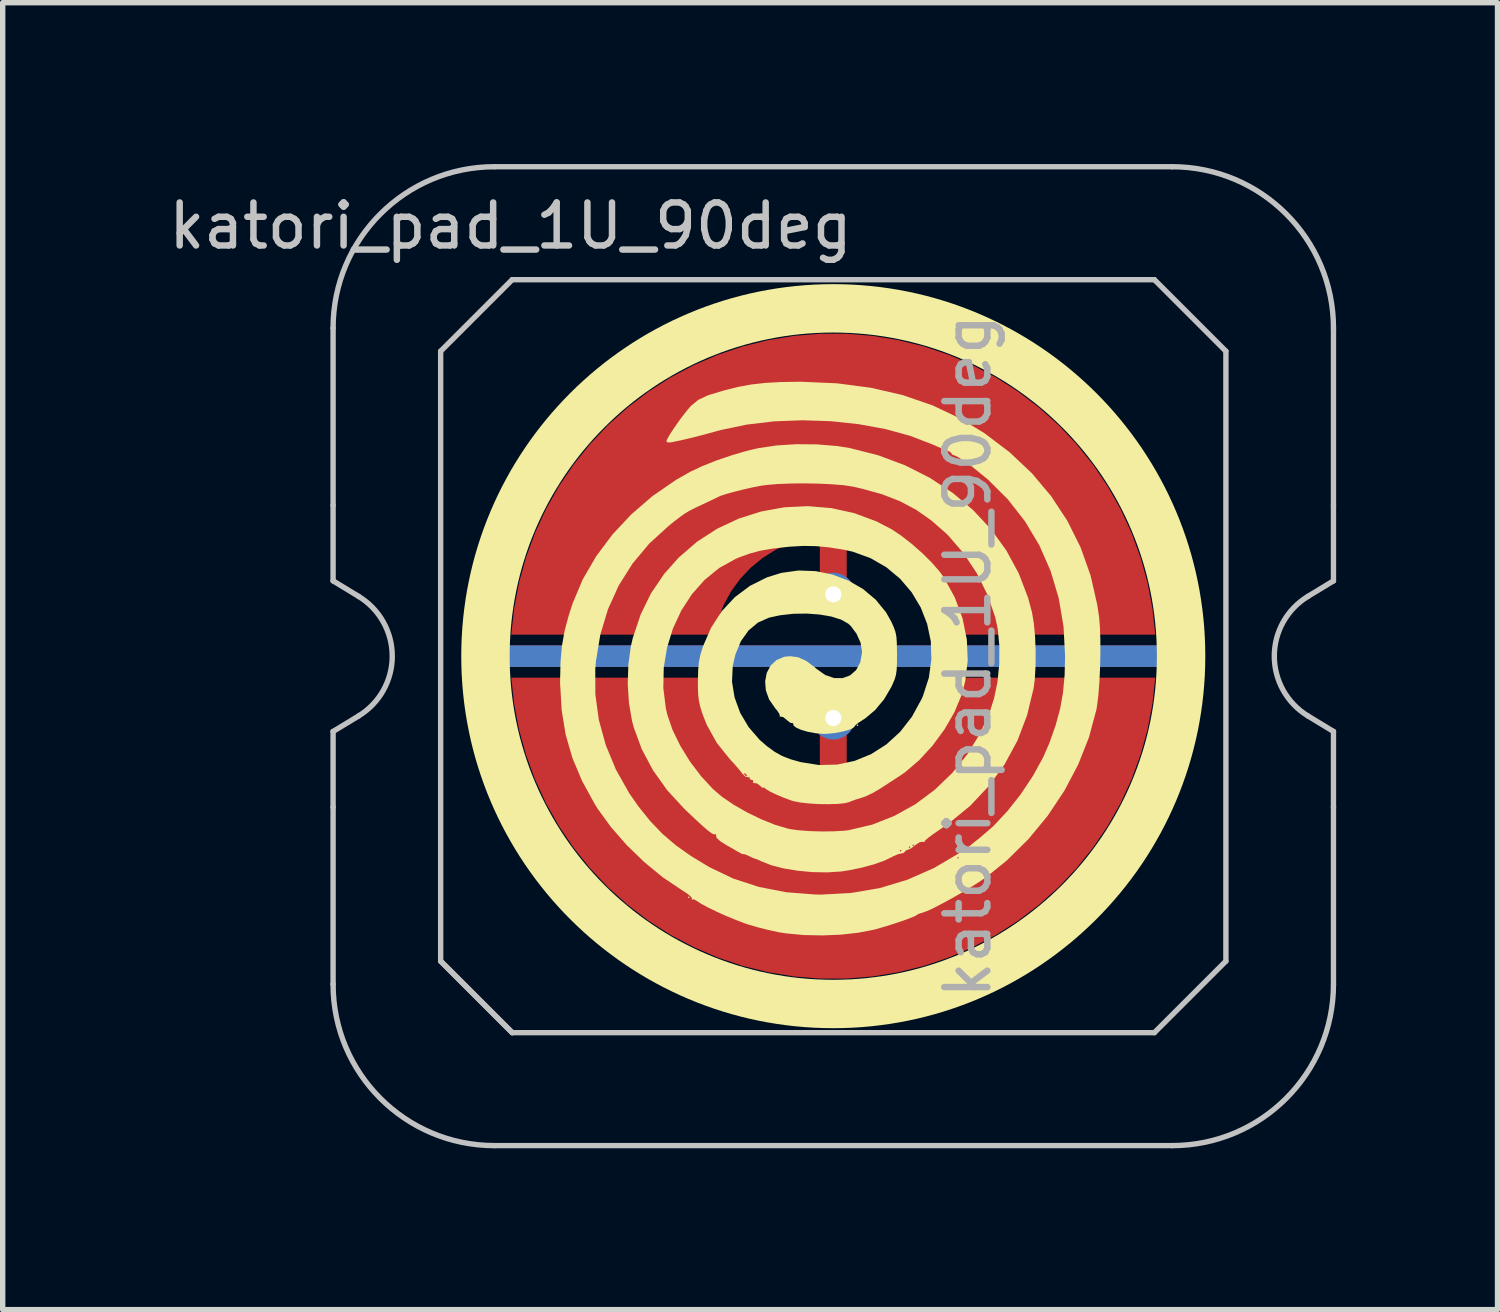
<source format=kicad_pcb>
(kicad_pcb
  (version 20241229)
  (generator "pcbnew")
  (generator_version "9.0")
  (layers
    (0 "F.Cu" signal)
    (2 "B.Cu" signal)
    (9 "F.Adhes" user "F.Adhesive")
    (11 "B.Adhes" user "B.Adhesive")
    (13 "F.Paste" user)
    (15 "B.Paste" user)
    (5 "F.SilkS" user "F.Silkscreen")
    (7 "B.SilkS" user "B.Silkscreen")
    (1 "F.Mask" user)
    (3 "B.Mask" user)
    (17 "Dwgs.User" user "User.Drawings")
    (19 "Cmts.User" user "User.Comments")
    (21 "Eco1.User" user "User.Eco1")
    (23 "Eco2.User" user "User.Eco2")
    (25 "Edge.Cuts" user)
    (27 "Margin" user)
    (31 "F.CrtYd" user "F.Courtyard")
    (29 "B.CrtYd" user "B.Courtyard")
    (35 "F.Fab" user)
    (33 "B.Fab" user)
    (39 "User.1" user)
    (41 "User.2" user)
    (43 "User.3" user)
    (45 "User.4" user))
  (footprint "katori_pad_1U_90deg"
    (layer "F.Cu")
    (at 12.443 9.15)
    (property "Reference" "katori_pad_1U_90deg" (at -6 -8 0) (layer "Dwgs.User") (effects (font (size 0.8 0.8) (thickness 0.12))))
    (attr smd)
    (fp_circle (center 0 0) (end 0 6.467) (stroke (width 0.9) (type solid)) (fill no) (layer "F.SilkS"))
    (fp_poly (pts (xy -2.67 4.483) (xy -2.687 4.5) (xy -2.704 4.483) (xy -2.687 4.467)) (stroke (width 0) (type solid)) (fill yes) (layer "F.SilkS"))
    (fp_poly (pts (xy 0.467 1.283) (xy 0.451 1.3) (xy 0.434 1.283) (xy 0.451 1.267)) (stroke (width 0) (type solid)) (fill yes) (layer "F.SilkS"))
    (fp_poly (pts (xy -0.595 -5.102) (xy 0.07 -5.073) (xy 0.696 -4.991) (xy 1.287 -4.855) (xy 1.842 -4.664) (xy 2.365 -4.417) (xy 2.809 -4.147) (xy 3.278 -3.792) (xy 3.693 -3.4) (xy 4.052 -2.973) (xy 4.354 -2.513) (xy 4.599 -2.021) (xy 4.784 -1.5) (xy 4.909 -0.951) (xy 4.943 -0.72) (xy 4.958 -0.53) (xy 4.966 -0.296) (xy 4.966 -0.036) (xy 4.96 0.233) (xy 4.947 0.495) (xy 4.928 0.731) (xy 4.904 0.926) (xy 4.892 0.994) (xy 4.754 1.509) (xy 4.554 2.014) (xy 4.296 2.503) (xy 3.986 2.968) (xy 3.628 3.402) (xy 3.227 3.798) (xy 2.856 4.099) (xy 2.725 4.189) (xy 2.565 4.291) (xy 2.387 4.398) (xy 2.204 4.503) (xy 2.027 4.599) (xy 1.869 4.681) (xy 1.741 4.74) (xy 1.655 4.771) (xy 1.645 4.773) (xy 1.586 4.792) (xy 1.569 4.803) (xy 1.523 4.83) (xy 1.426 4.871) (xy 1.292 4.92) (xy 1.134 4.973) (xy 0.966 5.026) (xy 0.802 5.073) (xy 0.749 5.087) (xy 0.465 5.142) (xy 0.14 5.178) (xy -0.206 5.192) (xy -0.551 5.185) (xy -0.872 5.155) (xy -1.001 5.135) (xy -1.189 5.095) (xy -1.393 5.044) (xy -1.578 4.99) (xy -1.642 4.969) (xy -1.81 4.905) (xy -1.989 4.831) (xy -2.165 4.752) (xy -2.322 4.676) (xy -2.448 4.609) (xy -2.528 4.558) (xy -2.536 4.551) (xy -2.59 4.521) (xy -2.62 4.525) (xy -2.633 4.527) (xy -2.626 4.512) (xy -2.642 4.476) (xy -2.71 4.418) (xy -2.823 4.344) (xy -2.833 4.338) (xy -3.175 4.108) (xy -3.516 3.827) (xy -3.841 3.512) (xy -4.135 3.176) (xy -4.382 2.835) (xy -4.435 2.75) (xy -4.672 2.317) (xy -4.851 1.891) (xy -4.976 1.458) (xy -5.05 1.003) (xy -5.079 0.513) (xy -5.079 0.433) (xy -5.071 0.101) (xy -5.045 -0.192) (xy -4.996 -0.469) (xy -4.919 -0.757) (xy -4.846 -0.982) (xy -4.658 -1.428) (xy -4.409 -1.856) (xy -4.106 -2.262) (xy -3.754 -2.638) (xy -3.358 -2.979) (xy -2.924 -3.278) (xy -2.656 -3.43) (xy -2.439 -3.532) (xy -2.179 -3.636) (xy -1.898 -3.732) (xy -1.619 -3.814) (xy -1.402 -3.866) (xy -1.065 -3.917) (xy -0.692 -3.941) (xy -0.308 -3.938) (xy 0.061 -3.908) (xy 0.31 -3.869) (xy 0.839 -3.734) (xy 1.336 -3.548) (xy 1.798 -3.314) (xy 2.22 -3.036) (xy 2.6 -2.716) (xy 2.934 -2.358) (xy 3.218 -1.965) (xy 3.448 -1.54) (xy 3.622 -1.086) (xy 3.694 -0.817) (xy 3.729 -0.611) (xy 3.752 -0.361) (xy 3.763 -0.09) (xy 3.761 0.18) (xy 3.747 0.427) (xy 3.725 0.595) (xy 3.604 1.096) (xy 3.425 1.568) (xy 3.187 2.008) (xy 2.893 2.413) (xy 2.546 2.782) (xy 2.145 3.11) (xy 1.996 3.213) (xy 1.872 3.298) (xy 1.773 3.371) (xy 1.711 3.424) (xy 1.695 3.448) (xy 1.69 3.458) (xy 1.666 3.451) (xy 1.607 3.459) (xy 1.531 3.509) (xy 1.523 3.515) (xy 1.451 3.571) (xy 1.39 3.599) (xy 1.383 3.6) (xy 1.34 3.619) (xy 1.335 3.633) (xy 1.307 3.661) (xy 1.27 3.667) (xy 1.2 3.683) (xy 1.109 3.724) (xy 1.089 3.735) (xy 0.944 3.804) (xy 0.751 3.872) (xy 0.529 3.932) (xy 0.298 3.98) (xy 0.14 4.004) (xy -0.113 4.02) (xy -0.387 4.015) (xy -0.663 3.989) (xy -0.925 3.946) (xy -1.156 3.886) (xy -1.339 3.814) (xy -1.343 3.811) (xy -1.412 3.779) (xy -1.451 3.766) (xy -1.451 3.766) (xy -1.49 3.754) (xy -1.561 3.72) (xy -1.569 3.716) (xy -1.636 3.686) (xy -1.668 3.68) (xy -1.669 3.682) (xy -1.694 3.678) (xy -1.756 3.646) (xy -1.777 3.634) (xy -1.806 3.617) (xy 1.235 3.617) (xy 1.252 3.633) (xy 1.268 3.617) (xy 1.252 3.6) (xy 1.235 3.617) (xy -1.806 3.617) (xy -1.882 3.572) (xy -1.921 3.55) (xy 1.402 3.55) (xy 1.419 3.567) (xy 1.435 3.55) (xy 1.419 3.533) (xy 1.402 3.55) (xy -1.921 3.55) (xy -1.98 3.517) (xy 1.469 3.517) (xy 1.485 3.533) (xy 1.502 3.517) (xy 1.485 3.5) (xy 1.469 3.517) (xy -1.98 3.517) (xy -1.984 3.515) (xy -1.986 3.514) (xy -2.105 3.438) (xy -2.172 3.374) (xy -2.181 3.325) (xy -2.18 3.324) (xy -2.181 3.306) (xy -2.196 3.313) (xy -2.222 3.313) (xy -2.266 3.29) (xy -2.335 3.239) (xy -2.432 3.154) (xy -2.565 3.032) (xy -2.738 2.868) (xy -2.775 2.832) (xy -3.088 2.492) (xy -3.352 2.121) (xy -3.561 1.729) (xy -3.71 1.324) (xy -3.743 1.197) (xy -3.799 0.869) (xy -3.822 0.515) (xy -3.81 0.158) (xy -3.765 -0.177) (xy -3.729 -0.333) (xy -3.582 -0.774) (xy -3.388 -1.17) (xy -3.143 -1.531) (xy -2.872 -1.835) (xy -2.533 -2.128) (xy -2.16 -2.369) (xy -1.76 -2.557) (xy -1.341 -2.69) (xy -0.909 -2.768) (xy -0.472 -2.789) (xy -0.037 -2.753) (xy 0.391 -2.659) (xy 0.802 -2.506) (xy 1.084 -2.36) (xy 1.266 -2.238) (xy 1.462 -2.085) (xy 1.657 -1.913) (xy 1.834 -1.737) (xy 1.979 -1.57) (xy 2.054 -1.467) (xy 2.26 -1.09) (xy 2.403 -0.703) (xy 2.483 -0.311) (xy 2.5 0.082) (xy 2.452 0.47) (xy 2.383 0.728) (xy 2.251 1.045) (xy 2.068 1.361) (xy 1.846 1.663) (xy 1.597 1.934) (xy 1.333 2.16) (xy 1.235 2.227) (xy 1.102 2.313) (xy 0.953 2.41) (xy 0.856 2.473) (xy 0.733 2.544) (xy 0.608 2.604) (xy 0.523 2.634) (xy 0.414 2.667) (xy 0.319 2.702) (xy 0.304 2.71) (xy 0.219 2.733) (xy 0.084 2.747) (xy -0.083 2.752) (xy -0.265 2.75) (xy -0.447 2.739) (xy -0.611 2.721) (xy -0.74 2.696) (xy -0.768 2.688) (xy -0.918 2.633) (xy -1.06 2.573) (xy -1.178 2.516) (xy -1.256 2.469) (xy -1.276 2.45) (xy -1.299 2.437) (xy -1.301 2.447) (xy -1.32 2.448) (xy -1.36 2.41) (xy -1.419 2.366) (xy -1.465 2.36) (xy -1.494 2.357) (xy -1.488 2.338) (xy -1.492 2.306) (xy -1.519 2.3) (xy -1.555 2.284) (xy -1.552 2.267) (xy -1.557 2.248) (xy -1.58 2.252) (xy -1.633 2.24) (xy -1.694 2.179) (xy -1.696 2.177) (xy -1.696 2.176) (xy -1.663 2.176) (xy -1.655 2.195) (xy -1.622 2.231) (xy -1.602 2.223) (xy -1.602 2.219) (xy -1.626 2.19) (xy -1.641 2.18) (xy -1.663 2.176) (xy -1.696 2.176) (xy -1.755 2.103) (xy -1.84 2.005) (xy -1.921 1.917) (xy -2.166 1.612) (xy -2.352 1.277) (xy -2.426 1.09) (xy -2.47 0.954) (xy -2.497 0.837) (xy -2.512 0.717) (xy -2.517 0.57) (xy -2.517 0.45) (xy -2.512 0.264) (xy -2.5 0.12) (xy -2.476 -0.007) (xy -2.436 -0.142) (xy -2.423 -0.181) (xy -2.272 -0.529) (xy -2.074 -0.835) (xy -1.831 -1.096) (xy -1.55 -1.307) (xy -1.234 -1.465) (xy -0.967 -1.548) (xy -0.647 -1.593) (xy -0.326 -1.581) (xy -0.012 -1.517) (xy 0.284 -1.404) (xy 0.555 -1.247) (xy 0.79 -1.049) (xy 0.981 -0.815) (xy 1.078 -0.643) (xy 1.124 -0.54) (xy 1.155 -0.454) (xy 1.173 -0.367) (xy 1.181 -0.259) (xy 1.184 -0.111) (xy 1.185 -0.033) (xy 1.184 0.136) (xy 1.178 0.258) (xy 1.165 0.351) (xy 1.14 0.434) (xy 1.101 0.526) (xy 1.079 0.573) (xy 0.945 0.801) (xy 0.778 1.002) (xy 0.593 1.158) (xy 0.544 1.189) (xy 0.462 1.242) (xy 0.41 1.286) (xy 0.401 1.3) (xy 0.37 1.334) (xy 0.289 1.37) (xy 0.173 1.402) (xy 0.038 1.428) (xy -0.1 1.442) (xy -0.184 1.445) (xy -0.326 1.433) (xy -0.466 1.408) (xy -0.592 1.372) (xy -0.687 1.331) (xy -0.738 1.29) (xy -0.742 1.269) (xy -0.75 1.243) (xy -0.762 1.246) (xy -0.802 1.237) (xy -0.861 1.19) (xy -0.868 1.183) (xy -0.929 1.134) (xy -0.978 1.122) (xy -0.981 1.123) (xy -1.001 1.127) (xy -0.994 1.117) (xy -1 1.079) (xy -1.043 1.012) (xy -1.083 0.964) (xy -1.193 0.805) (xy -1.254 0.636) (xy -1.267 0.468) (xy -1.237 0.311) (xy -1.166 0.176) (xy -1.057 0.073) (xy -0.913 0.012) (xy -0.804 0) (xy -0.652 0.021) (xy -0.504 0.087) (xy -0.345 0.206) (xy -0.312 0.236) (xy -0.148 0.351) (xy 0.016 0.407) (xy 0.173 0.408) (xy 0.313 0.357) (xy 0.425 0.258) (xy 0.502 0.114) (xy 0.534 -0.07) (xy 0.534 -0.092) (xy 0.507 -0.251) (xy 0.433 -0.416) (xy 0.327 -0.559) (xy 0.28 -0.603) (xy 0.149 -0.678) (xy -0.033 -0.736) (xy -0.251 -0.774) (xy -0.492 -0.792) (xy -0.742 -0.788) (xy -0.986 -0.761) (xy -1.192 -0.717) (xy -1.4 -0.625) (xy -1.576 -0.477) (xy -1.717 -0.279) (xy -1.819 -0.035) (xy -1.869 0.183) (xy -1.883 0.475) (xy -1.835 0.768) (xy -1.731 1.054) (xy -1.573 1.32) (xy -1.367 1.558) (xy -1.235 1.672) (xy -1.09 1.778) (xy -0.952 1.855) (xy -0.796 1.916) (xy -0.61 1.969) (xy -0.265 2.024) (xy 0.072 2.016) (xy 0.397 1.947) (xy 0.705 1.821) (xy 0.988 1.64) (xy 1.243 1.407) (xy 1.463 1.125) (xy 1.642 0.797) (xy 1.667 0.741) (xy 1.777 0.4) (xy 1.824 0.059) (xy 1.813 -0.277) (xy 1.745 -0.601) (xy 1.625 -0.907) (xy 1.456 -1.189) (xy 1.242 -1.44) (xy 0.986 -1.653) (xy 0.692 -1.823) (xy 0.363 -1.942) (xy 0.191 -1.98) (xy -0.087 -2.024) (xy -0.328 -2.046) (xy -0.558 -2.05) (xy -0.805 -2.036) (xy -0.855 -2.031) (xy -1.128 -2) (xy -1.354 -1.961) (xy -1.553 -1.908) (xy -1.745 -1.839) (xy -1.817 -1.808) (xy -2.122 -1.639) (xy -2.394 -1.417) (xy -2.63 -1.15) (xy -2.827 -0.846) (xy -2.982 -0.512) (xy -3.091 -0.156) (xy -3.152 0.215) (xy -3.16 0.593) (xy -3.113 0.971) (xy -3.085 1.09) (xy -2.989 1.371) (xy -2.844 1.667) (xy -2.664 1.96) (xy -2.457 2.233) (xy -2.237 2.471) (xy -2.071 2.613) (xy -1.852 2.762) (xy -1.602 2.905) (xy -1.34 3.032) (xy -1.084 3.135) (xy -0.853 3.204) (xy -0.799 3.216) (xy -0.634 3.238) (xy -0.426 3.253) (xy -0.201 3.259) (xy 0.019 3.256) (xy 0.209 3.245) (xy 0.293 3.234) (xy 0.725 3.132) (xy 1.138 2.969) (xy 1.528 2.752) (xy 1.887 2.484) (xy 2.212 2.172) (xy 2.495 1.821) (xy 2.731 1.435) (xy 2.914 1.021) (xy 2.99 0.783) (xy 3.053 0.479) (xy 3.086 0.148) (xy 3.088 -0.187) (xy 3.058 -0.503) (xy 3.012 -0.722) (xy 2.868 -1.14) (xy 2.669 -1.541) (xy 2.423 -1.913) (xy 2.14 -2.241) (xy 2.094 -2.286) (xy 1.82 -2.526) (xy 1.54 -2.722) (xy 1.24 -2.881) (xy 0.906 -3.011) (xy 0.525 -3.116) (xy 0.366 -3.152) (xy 0.197 -3.178) (xy -0.021 -3.196) (xy -0.271 -3.208) (xy -0.536 -3.213) (xy -0.799 -3.21) (xy -1.042 -3.2) (xy -1.248 -3.182) (xy -1.335 -3.17) (xy -1.491 -3.14) (xy -1.661 -3.102) (xy -1.828 -3.06) (xy -1.975 -3.02) (xy -2.085 -2.985) (xy -2.134 -2.964) (xy -2.188 -2.937) (xy -2.284 -2.891) (xy -2.403 -2.835) (xy -2.437 -2.819) (xy -2.573 -2.755) (xy -2.675 -2.703) (xy -2.761 -2.651) (xy -2.849 -2.589) (xy -2.958 -2.505) (xy -3.053 -2.429) (xy -3.42 -2.095) (xy -3.732 -1.722) (xy -3.989 -1.314) (xy -4.189 -0.873) (xy -4.331 -0.402) (xy -4.413 0.096) (xy -4.425 0.235) (xy -4.424 0.71) (xy -4.359 1.184) (xy -4.23 1.653) (xy -4.041 2.11) (xy -3.793 2.55) (xy -3.621 2.796) (xy -3.402 3.068) (xy -3.176 3.304) (xy -2.928 3.516) (xy -2.644 3.717) (xy -2.309 3.919) (xy -2.303 3.923) (xy -1.862 4.134) (xy -1.386 4.29) (xy -0.878 4.389) (xy -0.343 4.431) (xy -0.228 4.433) (xy 0.33 4.403) (xy 0.864 4.312) (xy 1.377 4.157) (xy 1.871 3.94) (xy 2.193 3.75) (xy 2.303 3.75) (xy 2.32 3.767) (xy 2.336 3.75) (xy 2.32 3.733) (xy 2.303 3.75) (xy 2.193 3.75) (xy 2.35 3.657) (xy 2.353 3.655) (xy 2.454 3.587) (xy 2.531 3.533) (xy 2.569 3.503) (xy 2.57 3.502) (xy 2.605 3.472) (xy 2.673 3.418) (xy 2.704 3.395) (xy 2.971 3.165) (xy 3.236 2.883) (xy 3.487 2.565) (xy 3.713 2.225) (xy 3.903 1.879) (xy 4.017 1.617) (xy 4.133 1.289) (xy 4.216 0.985) (xy 4.271 0.681) (xy 4.301 0.355) (xy 4.31 0.002) (xy 4.281 -0.551) (xy 4.191 -1.081) (xy 4.04 -1.586) (xy 3.831 -2.062) (xy 3.565 -2.507) (xy 3.244 -2.918) (xy 2.868 -3.291) (xy 2.574 -3.529) (xy 2.454 -3.614) (xy 2.35 -3.682) (xy 2.276 -3.724) (xy 2.25 -3.733) (xy 2.208 -3.751) (xy 2.203 -3.764) (xy 2.175 -3.797) (xy 2.128 -3.819) (xy 2.058 -3.845) (xy 1.953 -3.889) (xy 1.852 -3.934) (xy 1.432 -4.096) (xy 0.967 -4.223) (xy 0.469 -4.314) (xy -0.05 -4.369) (xy -0.576 -4.386) (xy -1.099 -4.366) (xy -1.605 -4.306) (xy -2.082 -4.207) (xy -2.186 -4.179) (xy -2.419 -4.115) (xy -2.652 -4.056) (xy -2.863 -4.007) (xy -3.012 -3.976) (xy -3.079 -3.974) (xy -3.104 -3.993) (xy -3.085 -4.042) (xy -3.034 -4.13) (xy -2.96 -4.242) (xy -2.874 -4.366) (xy -2.784 -4.487) (xy -2.7 -4.592) (xy -2.642 -4.657) (xy -2.509 -4.766) (xy -2.345 -4.844) (xy -2.299 -4.86) (xy -2.02 -4.944) (xy -1.766 -5.007) (xy -1.519 -5.052) (xy -1.261 -5.081) (xy -0.975 -5.097) (xy -0.643 -5.102)) (stroke (width 0) (type solid)) (fill yes) (layer "F.SilkS"))
    (fp_line (start -9.3 -2.805) (end -9.3 -6.1) (stroke (width 0.1) (type solid)) (layer "Dwgs.User"))
    (fp_line (start -9.3 -1.4) (end -9.3 -2.805) (stroke (width 0.1) (type solid)) (layer "Dwgs.User"))
    (fp_line (start -9.3 1.4) (end -8.824 1.111) (stroke (width 0.1) (type solid)) (layer "Dwgs.User"))
    (fp_line (start -9.3 2.805) (end -9.3 1.4) (stroke (width 0.1) (type solid)) (layer "Dwgs.User"))
    (fp_line (start -9.3 6.1) (end -9.3 2.805) (stroke (width 0.1) (type solid)) (layer "Dwgs.User"))
    (fp_line (start -8.824 -1.111) (end -9.3 -1.4) (stroke (width 0.1) (type solid)) (layer "Dwgs.User"))
    (fp_line (start -7.3 -5.67) (end -5.97 -7) (stroke (width 0.1) (type solid)) (layer "Dwgs.User"))
    (fp_line (start -7.3 5.67) (end -7.3 -5.67) (stroke (width 0.1) (type solid)) (layer "Dwgs.User"))
    (fp_line (start -7.3 5.67) (end -5.97 7) (stroke (width 0.1) (type solid)) (layer "Dwgs.User"))
    (fp_line (start -6.3 -9.1) (end 6.3 -9.1) (stroke (width 0.1) (type solid)) (layer "Dwgs.User"))
    (fp_line (start -5.97 -7) (end 5.97 -7) (stroke (width 0.1) (type solid)) (layer "Dwgs.User"))
    (fp_line (start -5.97 7) (end -7.3 5.67) (stroke (width 0.1) (type solid)) (layer "Dwgs.User"))
    (fp_line (start 5.97 -7) (end 7.3 -5.67) (stroke (width 0.1) (type solid)) (layer "Dwgs.User"))
    (fp_line (start 5.97 7) (end -5.97 7) (stroke (width 0.1) (type solid)) (layer "Dwgs.User"))
    (fp_line (start 6.3 9.1) (end -6.3 9.1) (stroke (width 0.1) (type solid)) (layer "Dwgs.User"))
    (fp_line (start 7.3 -5.67) (end 7.3 5.67) (stroke (width 0.1) (type solid)) (layer "Dwgs.User"))
    (fp_line (start 7.3 5.67) (end 5.97 7) (stroke (width 0.1) (type solid)) (layer "Dwgs.User"))
    (fp_line (start 8.824 1.111) (end 9.3 1.4) (stroke (width 0.1) (type solid)) (layer "Dwgs.User"))
    (fp_line (start 9.3 -6.1) (end 9.3 -2.805) (stroke (width 0.1) (type solid)) (layer "Dwgs.User"))
    (fp_line (start 9.3 -2.805) (end 9.3 -1.4) (stroke (width 0.1) (type solid)) (layer "Dwgs.User"))
    (fp_line (start 9.3 -1.4) (end 8.824 -1.111) (stroke (width 0.1) (type solid)) (layer "Dwgs.User"))
    (fp_line (start 9.3 1.4) (end 9.3 2.805) (stroke (width 0.1) (type solid)) (layer "Dwgs.User"))
    (fp_line (start 9.3 2.805) (end 9.3 6.1) (stroke (width 0.1) (type solid)) (layer "Dwgs.User"))
    (fp_arc (start -9.3 -6.1) (mid -8.42132 -8.22132) (end -6.3 -9.1) (stroke (width 0.1) (type solid)) (layer "Dwgs.User"))
    (fp_arc (start -8.824333 -1.110619) (mid -8.2 0) (end -8.824333 1.110619) (stroke (width 0.1) (type solid)) (layer "Dwgs.User"))
    (fp_arc (start -6.3 9.1) (mid -8.42132 8.22132) (end -9.3 6.1) (stroke (width 0.1) (type solid)) (layer "Dwgs.User"))
    (fp_arc (start 6.3 -9.1) (mid 8.42132 -8.22132) (end 9.3 -6.1) (stroke (width 0.1) (type solid)) (layer "Dwgs.User"))
    (fp_arc (start 8.824333 1.110619) (mid 8.2 0) (end 8.824333 -1.110619) (stroke (width 0.1) (type solid)) (layer "Dwgs.User"))
    (fp_arc (start 9.3 6.1) (mid 8.42132 8.22132) (end 6.3 9.1) (stroke (width 0.1) (type solid)) (layer "Dwgs.User"))
    (fp_text user "${REFERENCE}" (at 2.5 0 270) (layer "F.Fab") (effects (font (size 0.8 0.8) (thickness 0.12))))
    (pad "1" thru_hole circle (at 0 -1.15 180) (size 0.8 0.8) (drill 0.3) (layers "*.Cu"))
    (pad "1" smd custom (at 0 -1 270) (size 0.4 0.4) (layers "F.Cu") (options (anchor circle)) (primitives (gr_poly (pts (xy 0.6 -2.214) (xy 0.32 -2.145) (xy 0.052 -2.041) (xy -0.201 -1.903) (xy -0.434 -1.734) (xy -0.644 -1.536) (xy -0.826 -1.314) (xy -0.979 -1.07) (xy -1.1 -0.808) (xy -1.186 -0.534) (xy -1.236 -0.25) (xy 0 -0.25) (xy 0.096 -0.231) (xy 0.177 -0.177) (xy 0.231 -0.096) (xy 0.25 0) (xy 0.231 0.096) (xy 0.177 0.177) (xy 0.096 0.231) (xy 0 0.25) (xy -1.236 0.25) (xy -1.186 0.534) (xy -1.1 0.808) (xy -0.979 1.07) (xy -0.826 1.314) (xy -0.644 1.536) (xy -0.434 1.734) (xy -0.201 1.903) (xy 0.052 2.041) (xy 0.32 2.145) (xy 0.6 2.214) (xy 0.6 5.987) (xy 0.115 5.934) (xy -0.364 5.843) (xy -0.834 5.713) (xy -1.292 5.545) (xy -1.735 5.341) (xy -2.159 5.101) (xy -2.563 4.827) (xy -2.943 4.522) (xy -3.298 4.187) (xy -3.623 3.824) (xy -3.919 3.436) (xy -4.182 3.025) (xy -4.41 2.594) (xy -4.603 2.147) (xy -4.759 1.684) (xy -4.876 1.211) (xy -4.955 0.73) (xy -4.995 0.244) (xy -4.995 -0.244) (xy -4.955 -0.73) (xy -4.876 -1.211) (xy -4.759 -1.684) (xy -4.603 -2.147) (xy -4.41 -2.594) (xy -4.182 -3.025) (xy -3.919 -3.436) (xy -3.623 -3.824) (xy -3.298 -4.187) (xy -2.943 -4.522) (xy -2.563 -4.827) (xy -2.159 -5.101) (xy -1.735 -5.341) (xy -1.292 -5.545) (xy -0.834 -5.713) (xy -0.364 -5.843) (xy 0.115 -5.934) (xy 0.6 -5.987)) (width 0) (fill yes))))
    (pad "2" smd custom (at 0 1 90) (size 0.4 0.4) (layers "F.Cu") (options (anchor circle)) (primitives (gr_poly (pts (xy 0.6 -2.214) (xy 0.32 -2.145) (xy 0.052 -2.041) (xy -0.201 -1.903) (xy -0.434 -1.734) (xy -0.644 -1.536) (xy -0.826 -1.314) (xy -0.979 -1.07) (xy -1.1 -0.808) (xy -1.186 -0.534) (xy -1.236 -0.25) (xy 0 -0.25) (xy 0.096 -0.231) (xy 0.177 -0.177) (xy 0.231 -0.096) (xy 0.25 0) (xy 0.231 0.096) (xy 0.177 0.177) (xy 0.096 0.231) (xy 0 0.25) (xy -1.236 0.25) (xy -1.186 0.534) (xy -1.1 0.808) (xy -0.979 1.07) (xy -0.826 1.314) (xy -0.644 1.536) (xy -0.434 1.734) (xy -0.201 1.903) (xy 0.052 2.041) (xy 0.32 2.145) (xy 0.6 2.214) (xy 0.6 5.987) (xy 0.115 5.934) (xy -0.364 5.843) (xy -0.834 5.713) (xy -1.292 5.545) (xy -1.735 5.341) (xy -2.159 5.101) (xy -2.563 4.827) (xy -2.943 4.522) (xy -3.298 4.187) (xy -3.623 3.824) (xy -3.919 3.436) (xy -4.182 3.025) (xy -4.41 2.594) (xy -4.603 2.147) (xy -4.759 1.684) (xy -4.876 1.211) (xy -4.955 0.73) (xy -4.995 0.244) (xy -4.995 -0.244) (xy -4.955 -0.73) (xy -4.876 -1.211) (xy -4.759 -1.684) (xy -4.603 -2.147) (xy -4.41 -2.594) (xy -4.182 -3.025) (xy -3.919 -3.436) (xy -3.623 -3.824) (xy -3.298 -4.187) (xy -2.943 -4.522) (xy -2.563 -4.827) (xy -2.159 -5.101) (xy -1.735 -5.341) (xy -1.292 -5.545) (xy -0.834 -5.713) (xy -0.364 -5.843) (xy 0.115 -5.934) (xy 0.6 -5.987)) (width 0) (fill yes))))
    (pad "2" thru_hole circle (at 0 1.15 180) (size 0.8 0.8) (drill 0.3) (layers "*.Cu"))
    (pad "3" smd roundrect (at 0 0 90) (size 0.4 12.5) (layers "B.Cu") (roundrect_rratio 0.5))
    (pad "3" smd roundrect (at 0 0 90) (size 0.4 12.75) (layers "F.Cu") (roundrect_rratio 0.5))
    (zone (net_name "") (layer "F.Cu") (hatch edge 0.508) (connect_pads) (min_thickness 0.254) (filled_areas_thickness no) (keepout (tracks allowed) (vias allowed) (pads allowed) (copperpour not_allowed) (footprints allowed)) (placement (enabled no)) (fill) (polygon (pts (xy 6.193 9.15) (xy 6.217 8.605) (xy 6.288 8.065) (xy 6.406 7.532) (xy 6.57 7.012) (xy 6.778 6.509) (xy 7.03 6.025) (xy 7.323 5.565) (xy 7.655 5.133) (xy 8.023 4.731) (xy 8.425 4.362) (xy 8.858 4.03) (xy 9.318 3.737) (xy 9.801 3.486) (xy 10.305 3.277) (xy 10.825 3.113) (xy 11.358 2.995) (xy 11.898 2.924) (xy 12.443 2.9) (xy 12.988 2.924) (xy 13.528 2.995) (xy 14.06 3.113) (xy 14.58 3.277) (xy 15.084 3.486) (xy 15.568 3.737) (xy 16.028 4.03) (xy 16.46 4.362) (xy 16.862 4.731) (xy 17.231 5.133) (xy 17.563 5.565) (xy 17.856 6.025) (xy 18.107 6.509) (xy 18.316 7.012) (xy 18.48 7.532) (xy 18.598 8.065) (xy 18.669 8.605) (xy 18.693 9.15) (xy 18.669 9.695) (xy 18.598 10.235) (xy 18.48 10.768) (xy 18.316 11.288) (xy 18.107 11.791) (xy 17.856 12.275) (xy 17.563 12.735) (xy 17.231 13.167) (xy 16.862 13.569) (xy 16.46 13.938) (xy 16.028 14.27) (xy 15.568 14.563) (xy 15.084 14.814) (xy 14.58 15.023) (xy 14.06 15.187) (xy 13.528 15.305) (xy 12.988 15.376) (xy 12.443 15.4) (xy 11.898 15.376) (xy 11.358 15.305) (xy 10.825 15.187) (xy 10.305 15.023) (xy 9.801 14.814) (xy 9.318 14.563) (xy 8.858 14.27) (xy 8.425 13.938) (xy 8.023 13.569) (xy 7.655 13.167) (xy 7.323 12.735) (xy 7.03 12.275) (xy 6.778 11.791) (xy 6.57 11.288) (xy 6.406 10.768) (xy 6.288 10.235) (xy 6.217 9.695))))
    (zone (net_name "") (layer "B.Cu") (hatch edge 0.1) (connect_pads) (min_thickness 0.254) (filled_areas_thickness no) (keepout (tracks allowed) (vias allowed) (pads allowed) (copperpour not_allowed) (footprints allowed)) (placement (enabled no)) (fill) (polygon (pts (xy 6.443 9.15) (xy 6.466 8.627) (xy 6.534 8.108) (xy 6.647 7.597) (xy 6.805 7.098) (xy 7.005 6.614) (xy 7.247 6.15) (xy 7.528 5.709) (xy 7.847 5.293) (xy 8.2 4.907) (xy 8.586 4.554) (xy 9.001 4.235) (xy 9.443 3.954) (xy 9.907 3.712) (xy 10.391 3.512) (xy 10.89 3.354) (xy 11.401 3.241) (xy 11.92 3.173) (xy 12.443 3.15) (xy 12.966 3.173) (xy 13.485 3.241) (xy 13.996 3.354) (xy 14.495 3.512) (xy 14.979 3.712) (xy 15.443 3.954) (xy 15.884 4.235) (xy 16.3 4.554) (xy 16.686 4.907) (xy 17.039 5.293) (xy 17.358 5.709) (xy 17.639 6.15) (xy 17.881 6.614) (xy 18.081 7.098) (xy 18.238 7.597) (xy 18.352 8.108) (xy 18.42 8.627) (xy 18.443 9.15) (xy 18.42 9.673) (xy 18.352 10.192) (xy 18.238 10.703) (xy 18.081 11.202) (xy 17.881 11.686) (xy 17.639 12.15) (xy 17.358 12.591) (xy 17.039 13.007) (xy 16.686 13.393) (xy 16.3 13.746) (xy 15.884 14.065) (xy 15.443 14.346) (xy 14.979 14.588) (xy 14.495 14.788) (xy 13.996 14.946) (xy 13.485 15.059) (xy 12.966 15.127) (xy 12.443 15.15) (xy 11.92 15.127) (xy 11.401 15.059) (xy 10.89 14.946) (xy 10.391 14.788) (xy 9.907 14.588) (xy 9.443 14.346) (xy 9.001 14.065) (xy 8.586 13.746) (xy 8.2 13.393) (xy 7.847 13.007) (xy 7.528 12.591) (xy 7.247 12.15) (xy 7.005 11.686) (xy 6.805 11.202) (xy 6.647 10.703) (xy 6.534 10.192) (xy 6.466 9.673)))))
  (gr_rect
    (start -3 -3)
    (end 24.793 21.3)
    (stroke (width 0.1) (type default))
    (fill no)
    (layer "Edge.Cuts")))
</source>
